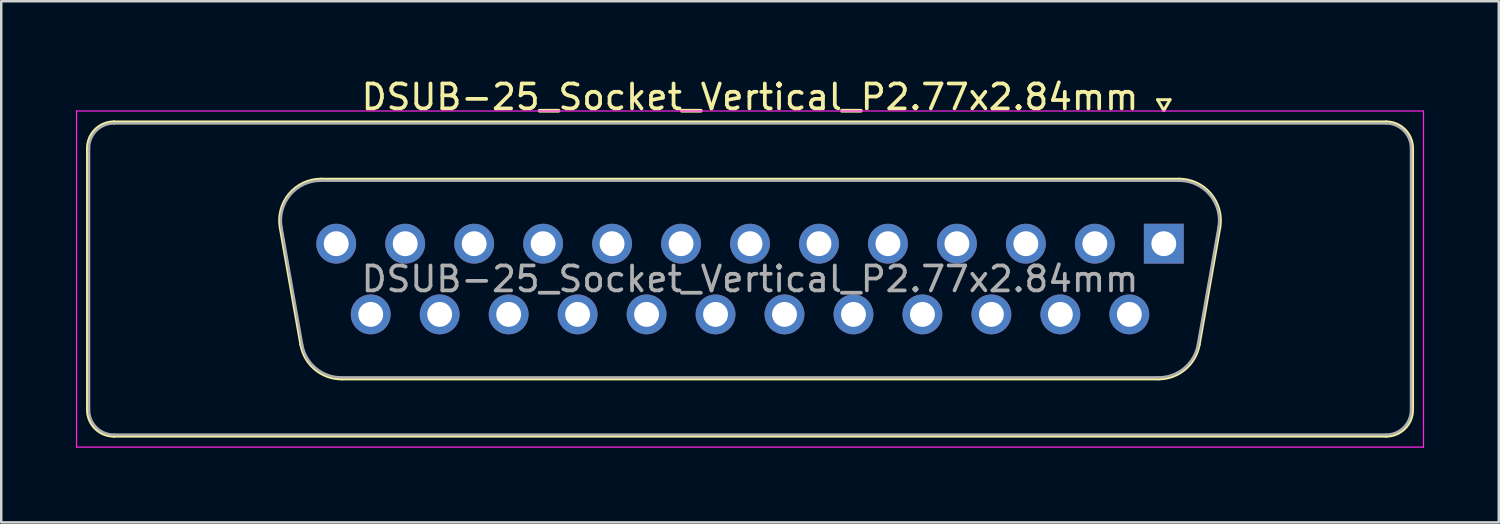
<source format=kicad_pcb>
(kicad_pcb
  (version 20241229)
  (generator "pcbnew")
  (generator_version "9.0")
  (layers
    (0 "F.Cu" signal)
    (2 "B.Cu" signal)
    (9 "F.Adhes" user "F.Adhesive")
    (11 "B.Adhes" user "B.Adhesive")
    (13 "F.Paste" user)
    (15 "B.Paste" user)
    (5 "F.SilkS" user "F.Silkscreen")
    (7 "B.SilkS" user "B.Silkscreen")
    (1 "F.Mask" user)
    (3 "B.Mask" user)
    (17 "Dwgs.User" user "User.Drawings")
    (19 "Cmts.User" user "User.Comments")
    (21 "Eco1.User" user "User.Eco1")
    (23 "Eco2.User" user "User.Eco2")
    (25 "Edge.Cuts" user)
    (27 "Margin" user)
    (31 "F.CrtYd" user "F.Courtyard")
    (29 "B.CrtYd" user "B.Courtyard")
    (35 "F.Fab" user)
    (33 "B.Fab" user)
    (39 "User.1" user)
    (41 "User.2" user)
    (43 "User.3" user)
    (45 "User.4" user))
  (footprint "DSUB-25_Socket_Vertical_P2.77x2.84mm"
    (layer "F.Cu")
    (at 43.695 6.738)
    (property "Reference" "DSUB-25_Socket_Vertical_P2.77x2.84mm" (at -16.62 -5.89 0) (layer "F.SilkS") (effects (font (size 1 1) (thickness 0.15))))
    (attr through_hole)
    (fp_line (start -43.23 6.67) (end -43.23 -3.83) (stroke (width 0.12) (type solid)) (layer "F.SilkS"))
    (fp_line (start -42.17 -4.89) (end 8.93 -4.89) (stroke (width 0.12) (type solid)) (layer "F.SilkS"))
    (fp_line (start -35.486 -0.642) (end -34.658 4.058) (stroke (width 0.12) (type solid)) (layer "F.SilkS"))
    (fp_line (start -33.852 -2.59) (end 0.612 -2.59) (stroke (width 0.12) (type solid)) (layer "F.SilkS"))
    (fp_line (start -33.023 5.43) (end -0.217 5.43) (stroke (width 0.12) (type solid)) (layer "F.SilkS"))
    (fp_line (start -0.25 -5.784) (end 0.25 -5.784) (stroke (width 0.12) (type solid)) (layer "F.SilkS"))
    (fp_line (start 0 -5.351) (end -0.25 -5.784) (stroke (width 0.12) (type solid)) (layer "F.SilkS"))
    (fp_line (start 0.25 -5.784) (end 0 -5.351) (stroke (width 0.12) (type solid)) (layer "F.SilkS"))
    (fp_line (start 2.246 -0.642) (end 1.418 4.058) (stroke (width 0.12) (type solid)) (layer "F.SilkS"))
    (fp_line (start 8.93 7.73) (end -42.17 7.73) (stroke (width 0.12) (type solid)) (layer "F.SilkS"))
    (fp_line (start 9.99 -3.83) (end 9.99 6.67) (stroke (width 0.12) (type solid)) (layer "F.SilkS"))
    (fp_arc (start -43.23 -3.83) (mid -42.919533 -4.579533) (end -42.17 -4.89) (stroke (width 0.12) (type solid)) (layer "F.SilkS"))
    (fp_arc (start -42.17 7.73) (mid -42.919533 7.419533) (end -43.23 6.67) (stroke (width 0.12) (type solid)) (layer "F.SilkS"))
    (fp_arc (start -35.48647 -0.641744) (mid -35.123323 -1.997027) (end -33.851689 -2.59) (stroke (width 0.12) (type solid)) (layer "F.SilkS"))
    (fp_arc (start -33.022952 5.43) (mid -34.08998 5.041634) (end -34.657733 4.058256) (stroke (width 0.12) (type solid)) (layer "F.SilkS"))
    (fp_arc (start 0.611689 -2.59) (mid 1.883323 -1.997027) (end 2.24647 -0.641744) (stroke (width 0.12) (type solid)) (layer "F.SilkS"))
    (fp_arc (start 1.417733 4.058256) (mid 0.84998 5.041634) (end -0.217048 5.43) (stroke (width 0.12) (type solid)) (layer "F.SilkS"))
    (fp_arc (start 8.93 -4.89) (mid 9.679533 -4.579533) (end 9.99 -3.83) (stroke (width 0.12) (type solid)) (layer "F.SilkS"))
    (fp_arc (start 9.99 6.67) (mid 9.679533 7.419533) (end 8.93 7.73) (stroke (width 0.12) (type solid)) (layer "F.SilkS"))
    (fp_line (start -43.67 -5.33) (end -43.67 8.17) (stroke (width 0.05) (type solid)) (layer "F.CrtYd"))
    (fp_line (start -43.67 8.17) (end 10.43 8.17) (stroke (width 0.05) (type solid)) (layer "F.CrtYd"))
    (fp_line (start 10.43 -5.33) (end -43.67 -5.33) (stroke (width 0.05) (type solid)) (layer "F.CrtYd"))
    (fp_line (start 10.43 8.17) (end 10.43 -5.33) (stroke (width 0.05) (type solid)) (layer "F.CrtYd"))
    (fp_line (start -43.17 6.67) (end -43.17 -3.83) (stroke (width 0.1) (type solid)) (layer "F.Fab"))
    (fp_line (start -42.17 -4.83) (end 8.93 -4.83) (stroke (width 0.1) (type solid)) (layer "F.Fab"))
    (fp_line (start -35.439 -0.652) (end -34.61 4.048) (stroke (width 0.1) (type solid)) (layer "F.Fab"))
    (fp_line (start -33.863 -2.53) (end 0.623 -2.53) (stroke (width 0.1) (type solid)) (layer "F.Fab"))
    (fp_line (start -33.034 5.37) (end -0.206 5.37) (stroke (width 0.1) (type solid)) (layer "F.Fab"))
    (fp_line (start 2.199 -0.652) (end 1.37 4.048) (stroke (width 0.1) (type solid)) (layer "F.Fab"))
    (fp_line (start 8.93 7.67) (end -42.17 7.67) (stroke (width 0.1) (type solid)) (layer "F.Fab"))
    (fp_line (start 9.93 -3.83) (end 9.93 6.67) (stroke (width 0.1) (type solid)) (layer "F.Fab"))
    (fp_arc (start -43.17 -3.83) (mid -42.877107 -4.537107) (end -42.17 -4.83) (stroke (width 0.1) (type solid)) (layer "F.Fab"))
    (fp_arc (start -42.17 7.67) (mid -42.877107 7.377107) (end -43.17 6.67) (stroke (width 0.1) (type solid)) (layer "F.Fab"))
    (fp_arc (start -35.438887 -0.652163) (mid -35.088865 -1.95846) (end -33.863194 -2.53) (stroke (width 0.1) (type solid)) (layer "F.Fab"))
    (fp_arc (start -33.034457 5.37) (mid -34.062918 4.995671) (end -34.61015 4.047837) (stroke (width 0.1) (type solid)) (layer "F.Fab"))
    (fp_arc (start 0.623194 -2.53) (mid 1.848865 -1.95846) (end 2.198887 -0.652163) (stroke (width 0.1) (type solid)) (layer "F.Fab"))
    (fp_arc (start 1.37015 4.047837) (mid 0.822918 4.995671) (end -0.205543 5.37) (stroke (width 0.1) (type solid)) (layer "F.Fab"))
    (fp_arc (start 8.93 -4.83) (mid 9.637107 -4.537107) (end 9.93 -3.83) (stroke (width 0.1) (type solid)) (layer "F.Fab"))
    (fp_arc (start 9.93 6.67) (mid 9.637107 7.377107) (end 8.93 7.67) (stroke (width 0.1) (type solid)) (layer "F.Fab"))
    (fp_text user "${REFERENCE}" (at -16.62 1.42 0) (layer "F.Fab") (effects (font (size 1 1) (thickness 0.15))))
    (pad "1" thru_hole rect (at 0 0) (size 1.6 1.6) (drill 1) (layers "*.Cu" "*.Mask"))
    (pad "2" thru_hole circle (at -2.77 0) (size 1.6 1.6) (drill 1) (layers "*.Cu" "*.Mask"))
    (pad "3" thru_hole circle (at -5.54 0) (size 1.6 1.6) (drill 1) (layers "*.Cu" "*.Mask"))
    (pad "4" thru_hole circle (at -8.31 0) (size 1.6 1.6) (drill 1) (layers "*.Cu" "*.Mask"))
    (pad "5" thru_hole circle (at -11.08 0) (size 1.6 1.6) (drill 1) (layers "*.Cu" "*.Mask"))
    (pad "6" thru_hole circle (at -13.85 0) (size 1.6 1.6) (drill 1) (layers "*.Cu" "*.Mask"))
    (pad "7" thru_hole circle (at -16.62 0) (size 1.6 1.6) (drill 1) (layers "*.Cu" "*.Mask"))
    (pad "8" thru_hole circle (at -19.39 0) (size 1.6 1.6) (drill 1) (layers "*.Cu" "*.Mask"))
    (pad "9" thru_hole circle (at -22.16 0) (size 1.6 1.6) (drill 1) (layers "*.Cu" "*.Mask"))
    (pad "10" thru_hole circle (at -24.93 0) (size 1.6 1.6) (drill 1) (layers "*.Cu" "*.Mask"))
    (pad "11" thru_hole circle (at -27.7 0) (size 1.6 1.6) (drill 1) (layers "*.Cu" "*.Mask"))
    (pad "12" thru_hole circle (at -30.47 0) (size 1.6 1.6) (drill 1) (layers "*.Cu" "*.Mask"))
    (pad "13" thru_hole circle (at -33.24 0) (size 1.6 1.6) (drill 1) (layers "*.Cu" "*.Mask"))
    (pad "14" thru_hole circle (at -1.385 2.84) (size 1.6 1.6) (drill 1) (layers "*.Cu" "*.Mask"))
    (pad "15" thru_hole circle (at -4.155 2.84) (size 1.6 1.6) (drill 1) (layers "*.Cu" "*.Mask"))
    (pad "16" thru_hole circle (at -6.925 2.84) (size 1.6 1.6) (drill 1) (layers "*.Cu" "*.Mask"))
    (pad "17" thru_hole circle (at -9.695 2.84) (size 1.6 1.6) (drill 1) (layers "*.Cu" "*.Mask"))
    (pad "18" thru_hole circle (at -12.465 2.84) (size 1.6 1.6) (drill 1) (layers "*.Cu" "*.Mask"))
    (pad "19" thru_hole circle (at -15.235 2.84) (size 1.6 1.6) (drill 1) (layers "*.Cu" "*.Mask"))
    (pad "20" thru_hole circle (at -18.005 2.84) (size 1.6 1.6) (drill 1) (layers "*.Cu" "*.Mask"))
    (pad "21" thru_hole circle (at -20.775 2.84) (size 1.6 1.6) (drill 1) (layers "*.Cu" "*.Mask"))
    (pad "22" thru_hole circle (at -23.545 2.84) (size 1.6 1.6) (drill 1) (layers "*.Cu" "*.Mask"))
    (pad "23" thru_hole circle (at -26.315 2.84) (size 1.6 1.6) (drill 1) (layers "*.Cu" "*.Mask"))
    (pad "24" thru_hole circle (at -29.085 2.84) (size 1.6 1.6) (drill 1) (layers "*.Cu" "*.Mask"))
    (pad "25" thru_hole circle (at -31.855 2.84) (size 1.6 1.6) (drill 1) (layers "*.Cu" "*.Mask")))
  (gr_rect
    (start -3 -3)
    (end 57.15 17.933)
    (stroke (width 0.1) (type default))
    (fill no)
    (layer "Edge.Cuts")))
</source>
